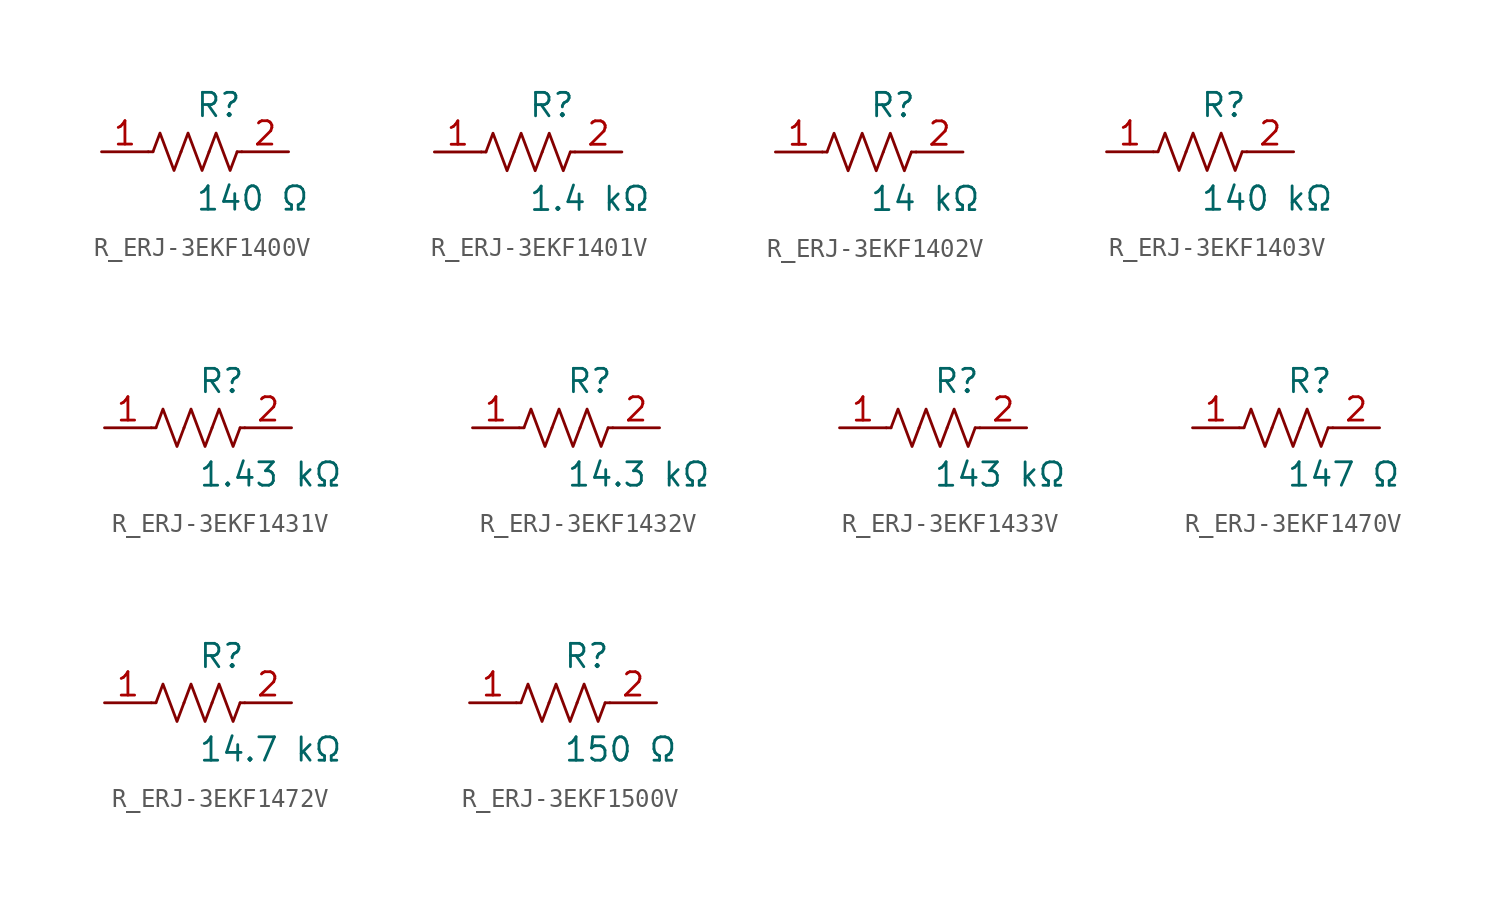
<source format=kicad_sym>
(kicad_symbol_lib
  (version 20231120)
  (generator kicad_symbol_editor)
  (generator_version 8.0)
  (symbol "R_ERJ-3EKF1400V"
    (pin_names
      (offset 0.254))
    (property "Reference" "R"
      (at 0.0 2.54 0)
      (effects (font (size 1.27 1.27)) (justify left)))
    (property "Value" "140 Ω"
      (at 0.0 -2.54 0)
      (effects (font (size 1.27 1.27)) (justify left)))
    (symbol "R_ERJ-3EKF1400V_0_1"
      (polyline (pts (xy 2.286 0) (xy 2.54 0)) (stroke (width 0) (type default)) (fill (type none)))
      (polyline (pts (xy -2.286 0) (xy -2.54 0)) (stroke (width 0) (type default)) (fill (type none)))
      (polyline (pts (xy 0.762 0) (xy 1.143 1.016) (xy 1.524 0) (xy 1.905 -1.016) (xy 2.286 0)) (stroke (width 0) (type default)) (fill (type none)))
      (polyline (pts (xy -0.762 0) (xy -0.381 1.016) (xy 0 0) (xy 0.381 -1.016) (xy 0.762 0)) (stroke (width 0) (type default)) (fill (type none)))
      (polyline (pts (xy -2.286 0) (xy -1.905 1.016) (xy -1.524 0) (xy -1.143 -1.016) (xy -0.762 0)) (stroke (width 0) (type default)) (fill (type none))))
    (pin unspecified line
      (at -5.08 0 0)
      (length 2.54)
      (name "" (effects (font (size 1.27 1.27))))
      (number "1" (effects (font (size 1.27 1.27)))))
    (pin unspecified line
      (at 5.08 0 180)
      (length 2.54)
      (name "" (effects (font (size 1.27 1.27))))
      (number "2" (effects (font (size 1.27 1.27))))))
  (symbol "R_ERJ-3EKF1401V"
    (pin_names
      (offset 0.254))
    (property "Reference" "R"
      (at 0.0 2.54 0)
      (effects (font (size 1.27 1.27)) (justify left)))
    (property "Value" "1.4 kΩ"
      (at 0.0 -2.54 0)
      (effects (font (size 1.27 1.27)) (justify left)))
    (symbol "R_ERJ-3EKF1401V_0_1"
      (polyline (pts (xy 2.286 0) (xy 2.54 0)) (stroke (width 0) (type default)) (fill (type none)))
      (polyline (pts (xy -2.286 0) (xy -2.54 0)) (stroke (width 0) (type default)) (fill (type none)))
      (polyline (pts (xy 0.762 0) (xy 1.143 1.016) (xy 1.524 0) (xy 1.905 -1.016) (xy 2.286 0)) (stroke (width 0) (type default)) (fill (type none)))
      (polyline (pts (xy -0.762 0) (xy -0.381 1.016) (xy 0 0) (xy 0.381 -1.016) (xy 0.762 0)) (stroke (width 0) (type default)) (fill (type none)))
      (polyline (pts (xy -2.286 0) (xy -1.905 1.016) (xy -1.524 0) (xy -1.143 -1.016) (xy -0.762 0)) (stroke (width 0) (type default)) (fill (type none))))
    (pin unspecified line
      (at -5.08 0 0)
      (length 2.54)
      (name "" (effects (font (size 1.27 1.27))))
      (number "1" (effects (font (size 1.27 1.27)))))
    (pin unspecified line
      (at 5.08 0 180)
      (length 2.54)
      (name "" (effects (font (size 1.27 1.27))))
      (number "2" (effects (font (size 1.27 1.27))))))
  (symbol "R_ERJ-3EKF1402V"
    (pin_names
      (offset 0.254))
    (property "Reference" "R"
      (at 0.0 2.54 0)
      (effects (font (size 1.27 1.27)) (justify left)))
    (property "Value" "14 kΩ"
      (at 0.0 -2.54 0)
      (effects (font (size 1.27 1.27)) (justify left)))
    (symbol "R_ERJ-3EKF1402V_0_1"
      (polyline (pts (xy 2.286 0) (xy 2.54 0)) (stroke (width 0) (type default)) (fill (type none)))
      (polyline (pts (xy -2.286 0) (xy -2.54 0)) (stroke (width 0) (type default)) (fill (type none)))
      (polyline (pts (xy 0.762 0) (xy 1.143 1.016) (xy 1.524 0) (xy 1.905 -1.016) (xy 2.286 0)) (stroke (width 0) (type default)) (fill (type none)))
      (polyline (pts (xy -0.762 0) (xy -0.381 1.016) (xy 0 0) (xy 0.381 -1.016) (xy 0.762 0)) (stroke (width 0) (type default)) (fill (type none)))
      (polyline (pts (xy -2.286 0) (xy -1.905 1.016) (xy -1.524 0) (xy -1.143 -1.016) (xy -0.762 0)) (stroke (width 0) (type default)) (fill (type none))))
    (pin unspecified line
      (at -5.08 0 0)
      (length 2.54)
      (name "" (effects (font (size 1.27 1.27))))
      (number "1" (effects (font (size 1.27 1.27)))))
    (pin unspecified line
      (at 5.08 0 180)
      (length 2.54)
      (name "" (effects (font (size 1.27 1.27))))
      (number "2" (effects (font (size 1.27 1.27))))))
  (symbol "R_ERJ-3EKF1403V"
    (pin_names
      (offset 0.254))
    (property "Reference" "R"
      (at 0.0 2.54 0)
      (effects (font (size 1.27 1.27)) (justify left)))
    (property "Value" "140 kΩ"
      (at 0.0 -2.54 0)
      (effects (font (size 1.27 1.27)) (justify left)))
    (symbol "R_ERJ-3EKF1403V_0_1"
      (polyline (pts (xy 2.286 0) (xy 2.54 0)) (stroke (width 0) (type default)) (fill (type none)))
      (polyline (pts (xy -2.286 0) (xy -2.54 0)) (stroke (width 0) (type default)) (fill (type none)))
      (polyline (pts (xy 0.762 0) (xy 1.143 1.016) (xy 1.524 0) (xy 1.905 -1.016) (xy 2.286 0)) (stroke (width 0) (type default)) (fill (type none)))
      (polyline (pts (xy -0.762 0) (xy -0.381 1.016) (xy 0 0) (xy 0.381 -1.016) (xy 0.762 0)) (stroke (width 0) (type default)) (fill (type none)))
      (polyline (pts (xy -2.286 0) (xy -1.905 1.016) (xy -1.524 0) (xy -1.143 -1.016) (xy -0.762 0)) (stroke (width 0) (type default)) (fill (type none))))
    (pin unspecified line
      (at -5.08 0 0)
      (length 2.54)
      (name "" (effects (font (size 1.27 1.27))))
      (number "1" (effects (font (size 1.27 1.27)))))
    (pin unspecified line
      (at 5.08 0 180)
      (length 2.54)
      (name "" (effects (font (size 1.27 1.27))))
      (number "2" (effects (font (size 1.27 1.27))))))
  (symbol "R_ERJ-3EKF1431V"
    (pin_names
      (offset 0.254))
    (property "Reference" "R"
      (at 0.0 2.54 0)
      (effects (font (size 1.27 1.27)) (justify left)))
    (property "Value" "1.43 kΩ"
      (at 0.0 -2.54 0)
      (effects (font (size 1.27 1.27)) (justify left)))
    (symbol "R_ERJ-3EKF1431V_0_1"
      (polyline (pts (xy 2.286 0) (xy 2.54 0)) (stroke (width 0) (type default)) (fill (type none)))
      (polyline (pts (xy -2.286 0) (xy -2.54 0)) (stroke (width 0) (type default)) (fill (type none)))
      (polyline (pts (xy 0.762 0) (xy 1.143 1.016) (xy 1.524 0) (xy 1.905 -1.016) (xy 2.286 0)) (stroke (width 0) (type default)) (fill (type none)))
      (polyline (pts (xy -0.762 0) (xy -0.381 1.016) (xy 0 0) (xy 0.381 -1.016) (xy 0.762 0)) (stroke (width 0) (type default)) (fill (type none)))
      (polyline (pts (xy -2.286 0) (xy -1.905 1.016) (xy -1.524 0) (xy -1.143 -1.016) (xy -0.762 0)) (stroke (width 0) (type default)) (fill (type none))))
    (pin unspecified line
      (at -5.08 0 0)
      (length 2.54)
      (name "" (effects (font (size 1.27 1.27))))
      (number "1" (effects (font (size 1.27 1.27)))))
    (pin unspecified line
      (at 5.08 0 180)
      (length 2.54)
      (name "" (effects (font (size 1.27 1.27))))
      (number "2" (effects (font (size 1.27 1.27))))))
  (symbol "R_ERJ-3EKF1432V"
    (pin_names
      (offset 0.254))
    (property "Reference" "R"
      (at 0.0 2.54 0)
      (effects (font (size 1.27 1.27)) (justify left)))
    (property "Value" "14.3 kΩ"
      (at 0.0 -2.54 0)
      (effects (font (size 1.27 1.27)) (justify left)))
    (symbol "R_ERJ-3EKF1432V_0_1"
      (polyline (pts (xy 2.286 0) (xy 2.54 0)) (stroke (width 0) (type default)) (fill (type none)))
      (polyline (pts (xy -2.286 0) (xy -2.54 0)) (stroke (width 0) (type default)) (fill (type none)))
      (polyline (pts (xy 0.762 0) (xy 1.143 1.016) (xy 1.524 0) (xy 1.905 -1.016) (xy 2.286 0)) (stroke (width 0) (type default)) (fill (type none)))
      (polyline (pts (xy -0.762 0) (xy -0.381 1.016) (xy 0 0) (xy 0.381 -1.016) (xy 0.762 0)) (stroke (width 0) (type default)) (fill (type none)))
      (polyline (pts (xy -2.286 0) (xy -1.905 1.016) (xy -1.524 0) (xy -1.143 -1.016) (xy -0.762 0)) (stroke (width 0) (type default)) (fill (type none))))
    (pin unspecified line
      (at -5.08 0 0)
      (length 2.54)
      (name "" (effects (font (size 1.27 1.27))))
      (number "1" (effects (font (size 1.27 1.27)))))
    (pin unspecified line
      (at 5.08 0 180)
      (length 2.54)
      (name "" (effects (font (size 1.27 1.27))))
      (number "2" (effects (font (size 1.27 1.27))))))
  (symbol "R_ERJ-3EKF1433V"
    (pin_names
      (offset 0.254))
    (property "Reference" "R"
      (at 0.0 2.54 0)
      (effects (font (size 1.27 1.27)) (justify left)))
    (property "Value" "143 kΩ"
      (at 0.0 -2.54 0)
      (effects (font (size 1.27 1.27)) (justify left)))
    (symbol "R_ERJ-3EKF1433V_0_1"
      (polyline (pts (xy 2.286 0) (xy 2.54 0)) (stroke (width 0) (type default)) (fill (type none)))
      (polyline (pts (xy -2.286 0) (xy -2.54 0)) (stroke (width 0) (type default)) (fill (type none)))
      (polyline (pts (xy 0.762 0) (xy 1.143 1.016) (xy 1.524 0) (xy 1.905 -1.016) (xy 2.286 0)) (stroke (width 0) (type default)) (fill (type none)))
      (polyline (pts (xy -0.762 0) (xy -0.381 1.016) (xy 0 0) (xy 0.381 -1.016) (xy 0.762 0)) (stroke (width 0) (type default)) (fill (type none)))
      (polyline (pts (xy -2.286 0) (xy -1.905 1.016) (xy -1.524 0) (xy -1.143 -1.016) (xy -0.762 0)) (stroke (width 0) (type default)) (fill (type none))))
    (pin unspecified line
      (at -5.08 0 0)
      (length 2.54)
      (name "" (effects (font (size 1.27 1.27))))
      (number "1" (effects (font (size 1.27 1.27)))))
    (pin unspecified line
      (at 5.08 0 180)
      (length 2.54)
      (name "" (effects (font (size 1.27 1.27))))
      (number "2" (effects (font (size 1.27 1.27))))))
  (symbol "R_ERJ-3EKF1470V"
    (pin_names
      (offset 0.254))
    (property "Reference" "R"
      (at 0.0 2.54 0)
      (effects (font (size 1.27 1.27)) (justify left)))
    (property "Value" "147 Ω"
      (at 0.0 -2.54 0)
      (effects (font (size 1.27 1.27)) (justify left)))
    (symbol "R_ERJ-3EKF1470V_0_1"
      (polyline (pts (xy 2.286 0) (xy 2.54 0)) (stroke (width 0) (type default)) (fill (type none)))
      (polyline (pts (xy -2.286 0) (xy -2.54 0)) (stroke (width 0) (type default)) (fill (type none)))
      (polyline (pts (xy 0.762 0) (xy 1.143 1.016) (xy 1.524 0) (xy 1.905 -1.016) (xy 2.286 0)) (stroke (width 0) (type default)) (fill (type none)))
      (polyline (pts (xy -0.762 0) (xy -0.381 1.016) (xy 0 0) (xy 0.381 -1.016) (xy 0.762 0)) (stroke (width 0) (type default)) (fill (type none)))
      (polyline (pts (xy -2.286 0) (xy -1.905 1.016) (xy -1.524 0) (xy -1.143 -1.016) (xy -0.762 0)) (stroke (width 0) (type default)) (fill (type none))))
    (pin unspecified line
      (at -5.08 0 0)
      (length 2.54)
      (name "" (effects (font (size 1.27 1.27))))
      (number "1" (effects (font (size 1.27 1.27)))))
    (pin unspecified line
      (at 5.08 0 180)
      (length 2.54)
      (name "" (effects (font (size 1.27 1.27))))
      (number "2" (effects (font (size 1.27 1.27))))))
  (symbol "R_ERJ-3EKF1472V"
    (pin_names
      (offset 0.254))
    (property "Reference" "R"
      (at 0.0 2.54 0)
      (effects (font (size 1.27 1.27)) (justify left)))
    (property "Value" "14.7 kΩ"
      (at 0.0 -2.54 0)
      (effects (font (size 1.27 1.27)) (justify left)))
    (symbol "R_ERJ-3EKF1472V_0_1"
      (polyline (pts (xy 2.286 0) (xy 2.54 0)) (stroke (width 0) (type default)) (fill (type none)))
      (polyline (pts (xy -2.286 0) (xy -2.54 0)) (stroke (width 0) (type default)) (fill (type none)))
      (polyline (pts (xy 0.762 0) (xy 1.143 1.016) (xy 1.524 0) (xy 1.905 -1.016) (xy 2.286 0)) (stroke (width 0) (type default)) (fill (type none)))
      (polyline (pts (xy -0.762 0) (xy -0.381 1.016) (xy 0 0) (xy 0.381 -1.016) (xy 0.762 0)) (stroke (width 0) (type default)) (fill (type none)))
      (polyline (pts (xy -2.286 0) (xy -1.905 1.016) (xy -1.524 0) (xy -1.143 -1.016) (xy -0.762 0)) (stroke (width 0) (type default)) (fill (type none))))
    (pin unspecified line
      (at -5.08 0 0)
      (length 2.54)
      (name "" (effects (font (size 1.27 1.27))))
      (number "1" (effects (font (size 1.27 1.27)))))
    (pin unspecified line
      (at 5.08 0 180)
      (length 2.54)
      (name "" (effects (font (size 1.27 1.27))))
      (number "2" (effects (font (size 1.27 1.27))))))
  (symbol "R_ERJ-3EKF1500V"
    (pin_names
      (offset 0.254))
    (property "Reference" "R"
      (at 0.0 2.54 0)
      (effects (font (size 1.27 1.27)) (justify left)))
    (property "Value" "150 Ω"
      (at 0.0 -2.54 0)
      (effects (font (size 1.27 1.27)) (justify left)))
    (symbol "R_ERJ-3EKF1500V_0_1"
      (polyline (pts (xy 2.286 0) (xy 2.54 0)) (stroke (width 0) (type default)) (fill (type none)))
      (polyline (pts (xy -2.286 0) (xy -2.54 0)) (stroke (width 0) (type default)) (fill (type none)))
      (polyline (pts (xy 0.762 0) (xy 1.143 1.016) (xy 1.524 0) (xy 1.905 -1.016) (xy 2.286 0)) (stroke (width 0) (type default)) (fill (type none)))
      (polyline (pts (xy -0.762 0) (xy -0.381 1.016) (xy 0 0) (xy 0.381 -1.016) (xy 0.762 0)) (stroke (width 0) (type default)) (fill (type none)))
      (polyline (pts (xy -2.286 0) (xy -1.905 1.016) (xy -1.524 0) (xy -1.143 -1.016) (xy -0.762 0)) (stroke (width 0) (type default)) (fill (type none))))
    (pin unspecified line
      (at -5.08 0 0)
      (length 2.54)
      (name "" (effects (font (size 1.27 1.27))))
      (number "1" (effects (font (size 1.27 1.27)))))
    (pin unspecified line
      (at 5.08 0 180)
      (length 2.54)
      (name "" (effects (font (size 1.27 1.27))))
      (number "2" (effects (font (size 1.27 1.27)))))))
</source>
